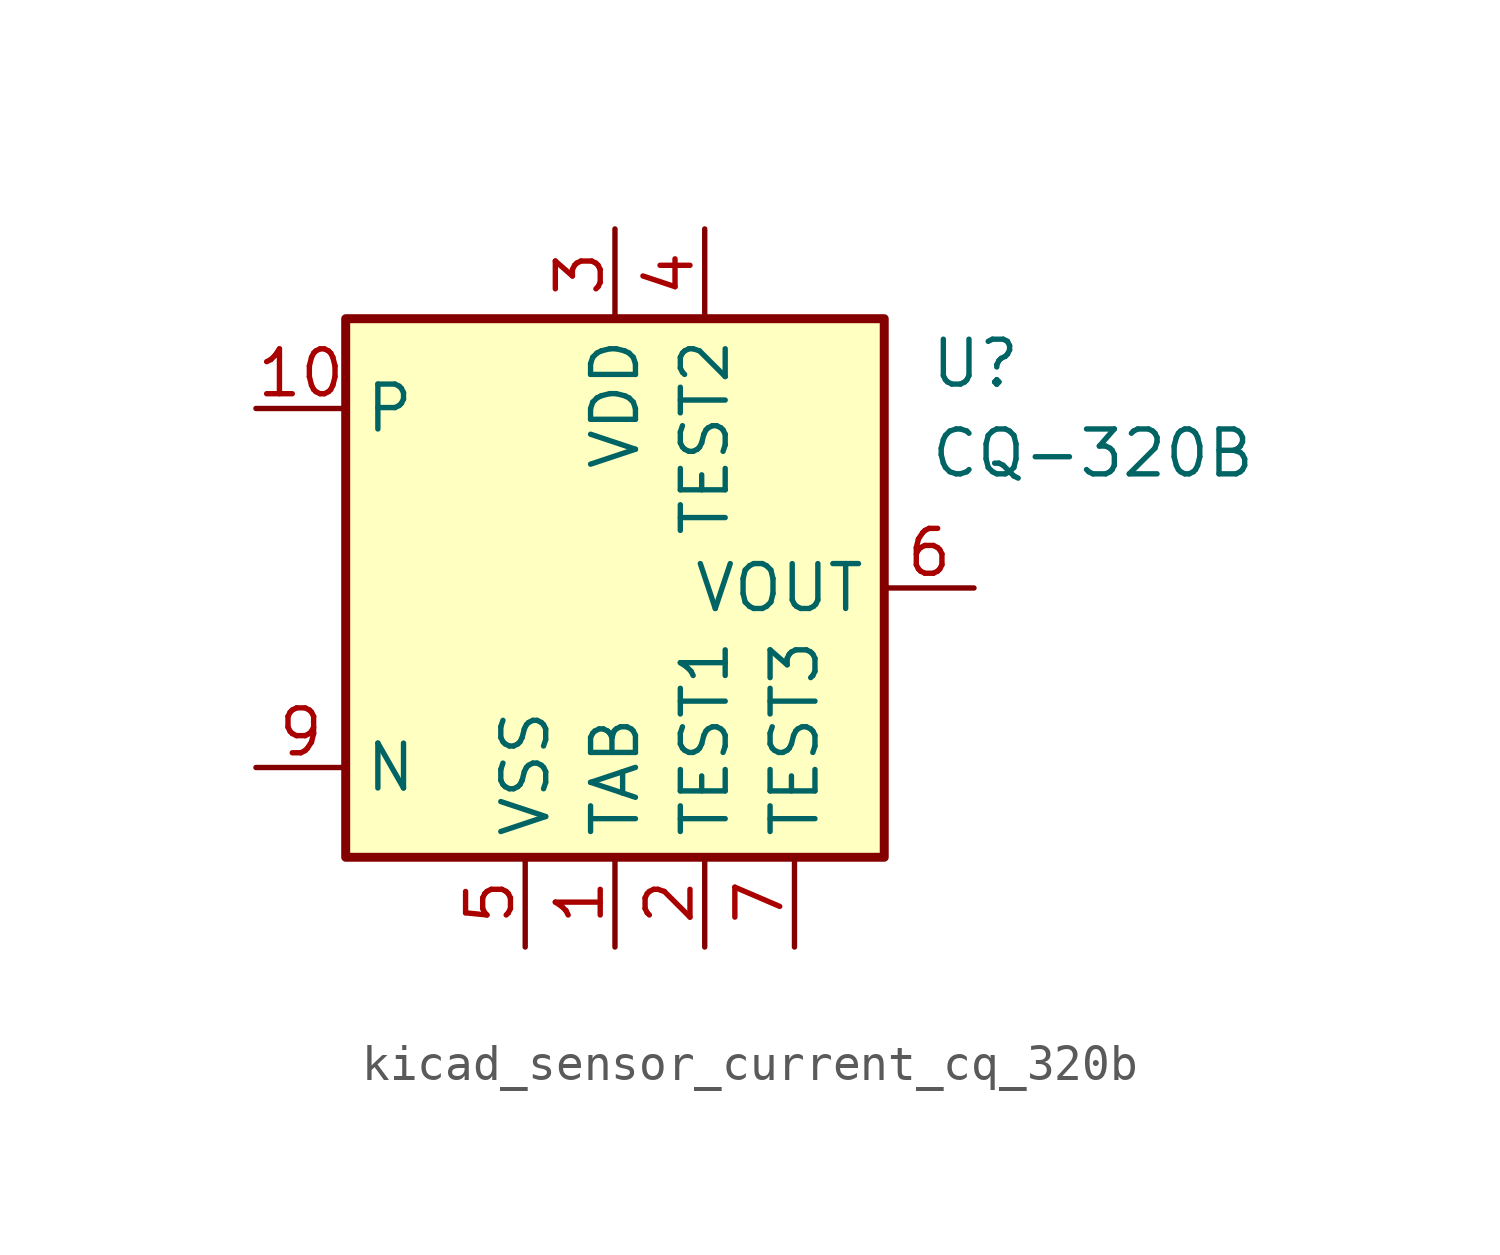
<source format=kicad_sym>
(kicad_symbol_lib
  (version 20220914)
  (generator kicad_symbol_editor)
  (symbol "kicad_sensor_current_cq_320b"
    (property "Reference" "U"
      (at 8.89 6.35 0)
      (effects (font (size 1.27 1.27)) (justify left)))
    (property "Value" "CQ-320B"
      (at 8.89 3.81 0)
      (effects (font (size 1.27 1.27)) (justify left)))
    (symbol "kicad_sensor_current_cq_320b_0_1"
      (rectangle (start -7.62 7.62) (end 7.62 -7.62) (stroke (width 0.254) (type default)) (fill (type background))))
    (symbol "kicad_sensor_current_cq_320b_1_1"
      (pin power_in line (at 0 -10.16 90) (length 2.54) (name "TAB" (effects (font (size 1.27 1.27)))) (number "1" (effects (font (size 1.27 1.27)))))
      (pin passive line (at -10.16 5.08 0) (length 2.54) (name "P" (effects (font (size 1.27 1.27)))) (number "10" (effects (font (size 1.27 1.27)))))
      (pin power_in line (at 2.54 -10.16 90) (length 2.54) (name "TEST1" (effects (font (size 1.27 1.27)))) (number "2" (effects (font (size 1.27 1.27)))))
      (pin power_in line (at 0 10.16 270) (length 2.54) (name "VDD" (effects (font (size 1.27 1.27)))) (number "3" (effects (font (size 1.27 1.27)))))
      (pin power_in line (at 2.54 10.16 270) (length 2.54) (name "TEST2" (effects (font (size 1.27 1.27)))) (number "4" (effects (font (size 1.27 1.27)))))
      (pin power_in line (at -2.54 -10.16 90) (length 2.54) (name "VSS" (effects (font (size 1.27 1.27)))) (number "5" (effects (font (size 1.27 1.27)))))
      (pin output line (at 10.16 0 180) (length 2.54) (name "VOUT" (effects (font (size 1.27 1.27)))) (number "6" (effects (font (size 1.27 1.27)))))
      (pin power_in line (at 5.08 -10.16 90) (length 2.54) (name "TEST3" (effects (font (size 1.27 1.27)))) (number "7" (effects (font (size 1.27 1.27)))))
      (pin passive line (at 0 -10.16 90) (length 2.54) hide (name "TAB" (effects (font (size 1.27 1.27)))) (number "8" (effects (font (size 1.27 1.27)))))
      (pin passive line (at -10.16 -5.08 0) (length 2.54) (name "N" (effects (font (size 1.27 1.27)))) (number "9" (effects (font (size 1.27 1.27))))))))
</source>
